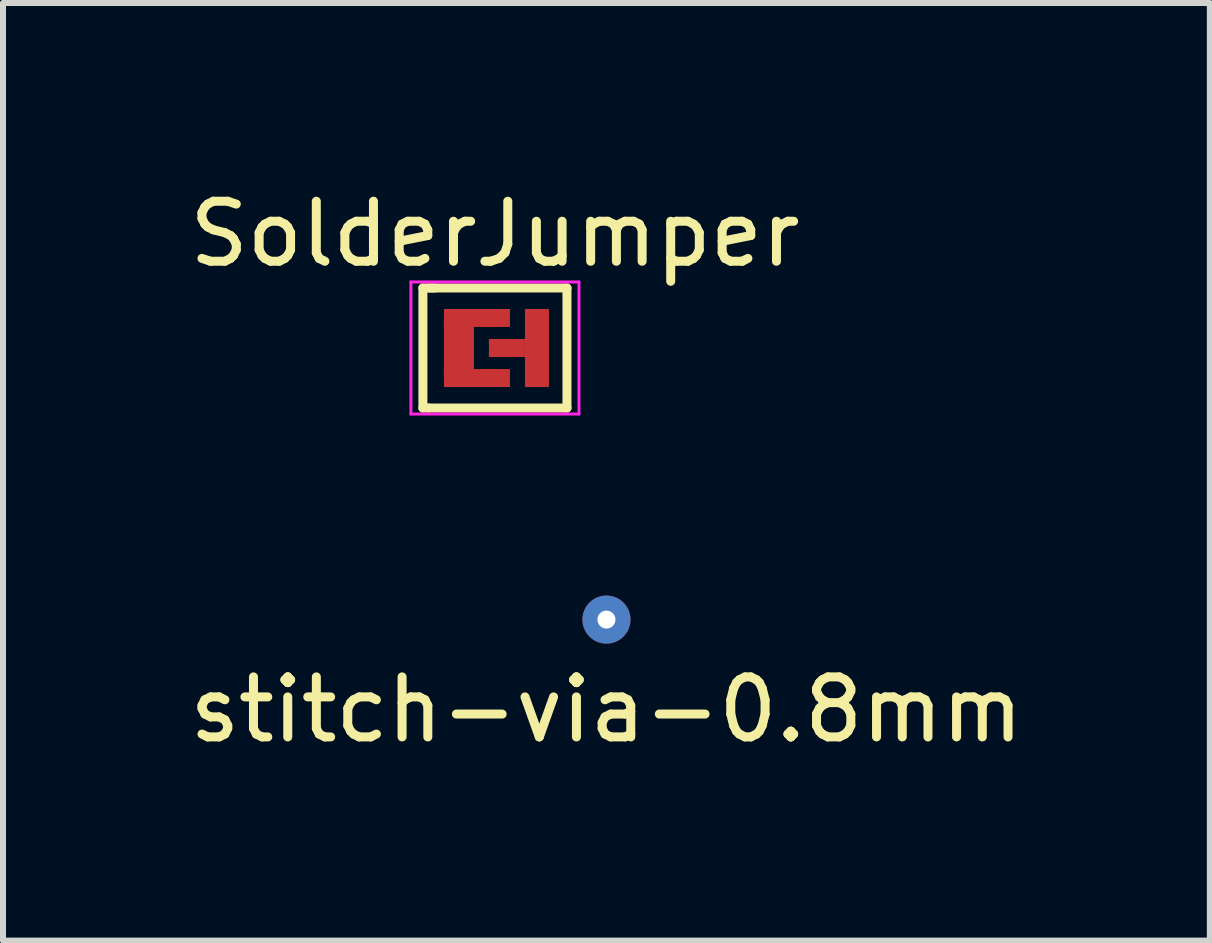
<source format=kicad_pcb>
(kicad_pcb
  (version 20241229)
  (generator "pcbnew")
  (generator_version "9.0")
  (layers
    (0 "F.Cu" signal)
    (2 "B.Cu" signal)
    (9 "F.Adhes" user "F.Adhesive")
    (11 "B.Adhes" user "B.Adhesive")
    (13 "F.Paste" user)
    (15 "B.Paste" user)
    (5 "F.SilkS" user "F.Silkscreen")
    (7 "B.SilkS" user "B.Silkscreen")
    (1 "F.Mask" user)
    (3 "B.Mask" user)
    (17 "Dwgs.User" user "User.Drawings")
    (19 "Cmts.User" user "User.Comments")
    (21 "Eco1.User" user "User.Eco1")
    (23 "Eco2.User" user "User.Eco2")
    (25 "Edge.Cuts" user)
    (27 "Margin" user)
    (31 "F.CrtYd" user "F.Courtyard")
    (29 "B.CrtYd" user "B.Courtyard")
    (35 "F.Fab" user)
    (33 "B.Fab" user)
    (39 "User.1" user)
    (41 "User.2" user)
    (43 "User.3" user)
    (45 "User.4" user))
  (footprint "stitch-via-0.8mm"
    (layer "F.Cu")
    (at 7.054 7.273)
    (property "Reference" "stitch-via-0.8mm" (at 0 1.5 0) (layer "F.SilkS") (effects (font (size 1 1) (thickness 0.15))))
    (attr through_hole)
    (pad "1" thru_hole circle (at 0 0) (size 0.8 0.8) (drill 0.3) (layers "*.Cu")))
  (footprint "SolderJumper"
    (layer "F.Cu")
    (at 5.196 2.748)
    (property "Reference" "SolderJumper" (at 0 -1.9 0) (layer "F.SilkS") (effects (font (size 1 1) (thickness 0.15))))
    (attr smd)
    (fp_line (start -1.2 -1) (end -1 -1) (stroke (width 0.15) (type solid)) (layer "F.SilkS"))
    (fp_line (start -1.2 1) (end -1.2 -1) (stroke (width 0.15) (type solid)) (layer "F.SilkS"))
    (fp_line (start -1.1 -1) (end 1.2 -1) (stroke (width 0.15) (type solid)) (layer "F.SilkS"))
    (fp_line (start -1.1 1) (end -1.2 1) (stroke (width 0.15) (type solid)) (layer "F.SilkS"))
    (fp_line (start 1.2 -1) (end 1.2 1) (stroke (width 0.15) (type solid)) (layer "F.SilkS"))
    (fp_line (start 1.2 1) (end -1.1 1) (stroke (width 0.15) (type solid)) (layer "F.SilkS"))
    (fp_line (start -1.4 -1.1) (end -1.4 1.1) (stroke (width 0.05) (type solid)) (layer "F.CrtYd"))
    (fp_line (start -1.4 -1.1) (end 1.4 -1.1) (stroke (width 0.05) (type solid)) (layer "F.CrtYd"))
    (fp_line (start -1.4 1.1) (end 1.4 1.1) (stroke (width 0.05) (type solid)) (layer "F.CrtYd"))
    (fp_line (start 1.4 -1.1) (end 1.4 1.1) (stroke (width 0.05) (type solid)) (layer "F.CrtYd"))
    (pad "1" smd rect (at -0.6 0) (size 0.5 0.9) (layers "F.Cu" "F.Mask" "F.Paste"))
    (pad "1" smd rect (at -0.3 -0.5) (size 1.1 0.3) (layers "F.Cu" "F.Mask" "F.Paste"))
    (pad "1" smd rect (at -0.3 0.5) (size 1.1 0.3) (layers "F.Cu" "F.Mask" "F.Paste"))
    (pad "2" smd rect (at 0.2 0) (size 0.6 0.3) (layers "F.Cu" "F.Mask" "F.Paste"))
    (pad "2" smd rect (at 0.7 0) (size 0.4 1.3) (layers "F.Cu" "F.Mask" "F.Paste")))
  (gr_rect
    (start -3 -3)
    (end 17.107 12.621)
    (stroke (width 0.1) (type default))
    (fill no)
    (layer "Edge.Cuts")))
</source>
